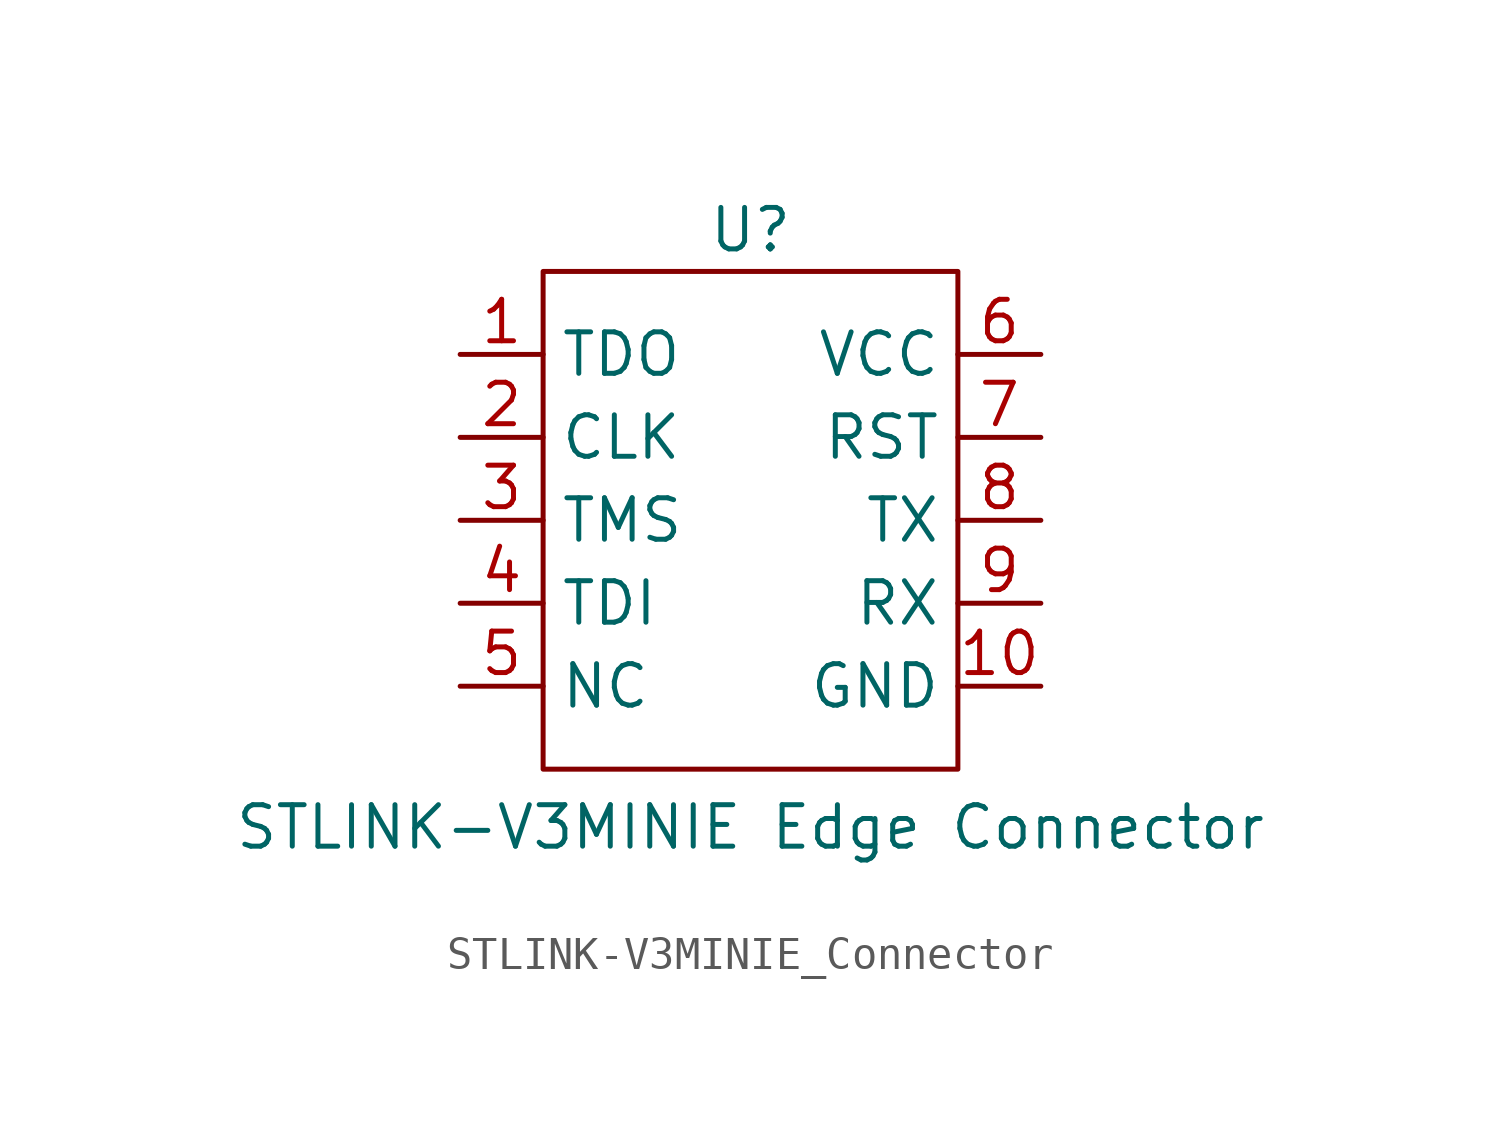
<source format=kicad_sym>
(kicad_symbol_lib
  (version 20231120)
  (generator "kicad_symbol_editor")
  (generator_version "8.0")
  (symbol "STLINK-V3MINIE_Connector"
    (property "Reference" "U"
      (at 0 0 0)
      (effects (font (size 1.27 1.27))))
    (property "Value" "STLINK-V3MINIE Edge Connector"
      (at 0 -18.288 0)
      (effects (font (size 1.27 1.27))))
    (symbol "STLINK-V3MINIE_Connector_0_1"
      (rectangle (start -6.35 -1.27) (end 6.35 -16.51) (stroke (width 0) (type default)) (fill (type none))))
    (symbol "STLINK-V3MINIE_Connector_1_1"
      (pin bidirectional line (at -8.89 -3.81 0) (length 2.54) (name "TDO" (effects (font (size 1.27 1.27)))) (number "1" (effects (font (size 1.27 1.27)))))
      (pin bidirectional line (at 8.89 -13.97 180) (length 2.54) (name "GND" (effects (font (size 1.27 1.27)))) (number "10" (effects (font (size 1.27 1.27)))))
      (pin bidirectional line (at -8.89 -6.35 0) (length 2.54) (name "CLK" (effects (font (size 1.27 1.27)))) (number "2" (effects (font (size 1.27 1.27)))))
      (pin bidirectional line (at -8.89 -8.89 0) (length 2.54) (name "TMS" (effects (font (size 1.27 1.27)))) (number "3" (effects (font (size 1.27 1.27)))))
      (pin bidirectional line (at -8.89 -11.43 0) (length 2.54) (name "TDI" (effects (font (size 1.27 1.27)))) (number "4" (effects (font (size 1.27 1.27)))))
      (pin bidirectional line (at -8.89 -13.97 0) (length 2.54) (name "NC" (effects (font (size 1.27 1.27)))) (number "5" (effects (font (size 1.27 1.27)))))
      (pin bidirectional line (at 8.89 -3.81 180) (length 2.54) (name "VCC" (effects (font (size 1.27 1.27)))) (number "6" (effects (font (size 1.27 1.27)))))
      (pin bidirectional line (at 8.89 -6.35 180) (length 2.54) (name "RST" (effects (font (size 1.27 1.27)))) (number "7" (effects (font (size 1.27 1.27)))))
      (pin bidirectional line (at 8.89 -8.89 180) (length 2.54) (name "TX" (effects (font (size 1.27 1.27)))) (number "8" (effects (font (size 1.27 1.27)))))
      (pin bidirectional line (at 8.89 -11.43 180) (length 2.54) (name "RX" (effects (font (size 1.27 1.27)))) (number "9" (effects (font (size 1.27 1.27))))))))
</source>
